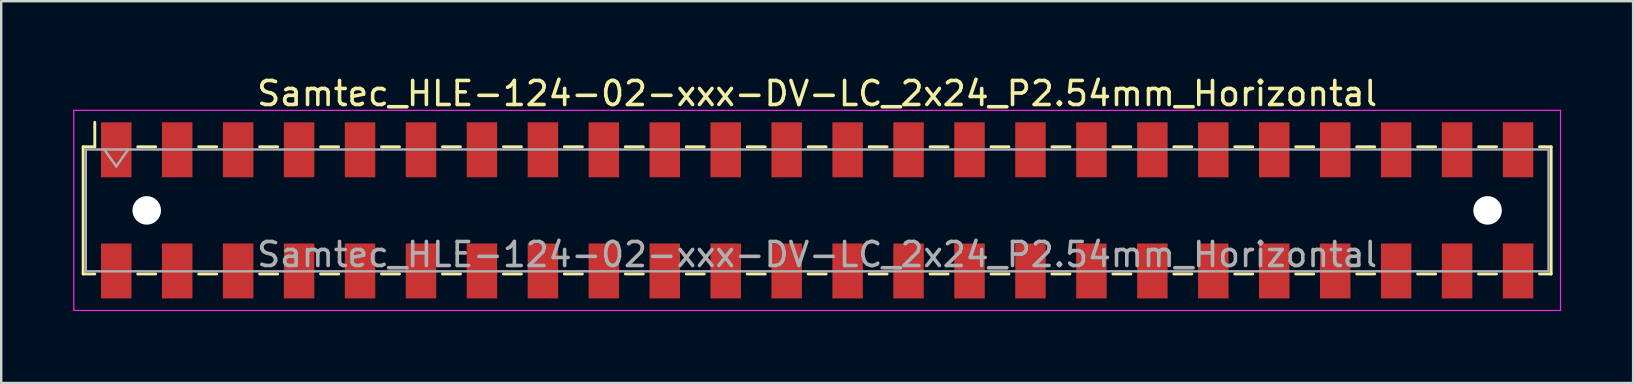
<source format=kicad_pcb>
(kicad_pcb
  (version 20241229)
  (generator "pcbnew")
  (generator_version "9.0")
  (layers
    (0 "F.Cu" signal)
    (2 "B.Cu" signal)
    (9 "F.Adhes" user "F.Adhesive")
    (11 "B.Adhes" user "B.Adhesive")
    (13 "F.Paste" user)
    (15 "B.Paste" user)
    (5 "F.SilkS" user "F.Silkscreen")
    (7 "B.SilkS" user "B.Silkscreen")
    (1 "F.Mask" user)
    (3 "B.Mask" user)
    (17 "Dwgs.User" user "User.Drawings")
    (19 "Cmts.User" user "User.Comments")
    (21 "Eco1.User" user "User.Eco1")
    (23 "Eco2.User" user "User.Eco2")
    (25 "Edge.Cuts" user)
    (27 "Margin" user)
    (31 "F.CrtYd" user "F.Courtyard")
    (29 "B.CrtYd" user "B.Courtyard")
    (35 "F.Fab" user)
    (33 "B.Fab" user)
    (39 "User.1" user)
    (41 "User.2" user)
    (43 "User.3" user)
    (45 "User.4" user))
  (footprint "Samtec_HLE-124-02-xxx-DV-LC_2x24_P2.54mm_Horizontal"
    (layer "F.Cu")
    (at 31.005 5.718)
    (property "Reference" "Samtec_HLE-124-02-xxx-DV-LC_2x24_P2.54mm_Horizontal" (at 0 -4.87 0) (layer "F.SilkS") (effects (font (size 1 1) (thickness 0.15))))
    (attr smd)
    (fp_line (start -30.59 -2.65) (end -30.59 2.65) (stroke (width 0.12) (type solid)) (layer "F.SilkS"))
    (fp_line (start -30.59 2.65) (end -30.105 2.65) (stroke (width 0.12) (type solid)) (layer "F.SilkS"))
    (fp_line (start -30.105 -3.67) (end -30.105 -2.65) (stroke (width 0.12) (type solid)) (layer "F.SilkS"))
    (fp_line (start -30.105 -2.65) (end -30.59 -2.65) (stroke (width 0.12) (type solid)) (layer "F.SilkS"))
    (fp_line (start -28.315 -2.65) (end -27.565 -2.65) (stroke (width 0.12) (type solid)) (layer "F.SilkS"))
    (fp_line (start -28.315 2.65) (end -27.565 2.65) (stroke (width 0.12) (type solid)) (layer "F.SilkS"))
    (fp_line (start -25.775 -2.65) (end -25.025 -2.65) (stroke (width 0.12) (type solid)) (layer "F.SilkS"))
    (fp_line (start -25.775 2.65) (end -25.025 2.65) (stroke (width 0.12) (type solid)) (layer "F.SilkS"))
    (fp_line (start -23.235 -2.65) (end -22.485 -2.65) (stroke (width 0.12) (type solid)) (layer "F.SilkS"))
    (fp_line (start -23.235 2.65) (end -22.485 2.65) (stroke (width 0.12) (type solid)) (layer "F.SilkS"))
    (fp_line (start -20.695 -2.65) (end -19.945 -2.65) (stroke (width 0.12) (type solid)) (layer "F.SilkS"))
    (fp_line (start -20.695 2.65) (end -19.945 2.65) (stroke (width 0.12) (type solid)) (layer "F.SilkS"))
    (fp_line (start -18.155 -2.65) (end -17.405 -2.65) (stroke (width 0.12) (type solid)) (layer "F.SilkS"))
    (fp_line (start -18.155 2.65) (end -17.405 2.65) (stroke (width 0.12) (type solid)) (layer "F.SilkS"))
    (fp_line (start -15.615 -2.65) (end -14.865 -2.65) (stroke (width 0.12) (type solid)) (layer "F.SilkS"))
    (fp_line (start -15.615 2.65) (end -14.865 2.65) (stroke (width 0.12) (type solid)) (layer "F.SilkS"))
    (fp_line (start -13.075 -2.65) (end -12.325 -2.65) (stroke (width 0.12) (type solid)) (layer "F.SilkS"))
    (fp_line (start -13.075 2.65) (end -12.325 2.65) (stroke (width 0.12) (type solid)) (layer "F.SilkS"))
    (fp_line (start -10.535 -2.65) (end -9.785 -2.65) (stroke (width 0.12) (type solid)) (layer "F.SilkS"))
    (fp_line (start -10.535 2.65) (end -9.785 2.65) (stroke (width 0.12) (type solid)) (layer "F.SilkS"))
    (fp_line (start -7.995 -2.65) (end -7.245 -2.65) (stroke (width 0.12) (type solid)) (layer "F.SilkS"))
    (fp_line (start -7.995 2.65) (end -7.245 2.65) (stroke (width 0.12) (type solid)) (layer "F.SilkS"))
    (fp_line (start -5.455 -2.65) (end -4.705 -2.65) (stroke (width 0.12) (type solid)) (layer "F.SilkS"))
    (fp_line (start -5.455 2.65) (end -4.705 2.65) (stroke (width 0.12) (type solid)) (layer "F.SilkS"))
    (fp_line (start -2.915 -2.65) (end -2.165 -2.65) (stroke (width 0.12) (type solid)) (layer "F.SilkS"))
    (fp_line (start -2.915 2.65) (end -2.165 2.65) (stroke (width 0.12) (type solid)) (layer "F.SilkS"))
    (fp_line (start -0.375 -2.65) (end 0.375 -2.65) (stroke (width 0.12) (type solid)) (layer "F.SilkS"))
    (fp_line (start -0.375 2.65) (end 0.375 2.65) (stroke (width 0.12) (type solid)) (layer "F.SilkS"))
    (fp_line (start 2.165 -2.65) (end 2.915 -2.65) (stroke (width 0.12) (type solid)) (layer "F.SilkS"))
    (fp_line (start 2.165 2.65) (end 2.915 2.65) (stroke (width 0.12) (type solid)) (layer "F.SilkS"))
    (fp_line (start 4.705 -2.65) (end 5.455 -2.65) (stroke (width 0.12) (type solid)) (layer "F.SilkS"))
    (fp_line (start 4.705 2.65) (end 5.455 2.65) (stroke (width 0.12) (type solid)) (layer "F.SilkS"))
    (fp_line (start 7.245 -2.65) (end 7.995 -2.65) (stroke (width 0.12) (type solid)) (layer "F.SilkS"))
    (fp_line (start 7.245 2.65) (end 7.995 2.65) (stroke (width 0.12) (type solid)) (layer "F.SilkS"))
    (fp_line (start 9.785 -2.65) (end 10.535 -2.65) (stroke (width 0.12) (type solid)) (layer "F.SilkS"))
    (fp_line (start 9.785 2.65) (end 10.535 2.65) (stroke (width 0.12) (type solid)) (layer "F.SilkS"))
    (fp_line (start 12.325 -2.65) (end 13.075 -2.65) (stroke (width 0.12) (type solid)) (layer "F.SilkS"))
    (fp_line (start 12.325 2.65) (end 13.075 2.65) (stroke (width 0.12) (type solid)) (layer "F.SilkS"))
    (fp_line (start 14.865 -2.65) (end 15.615 -2.65) (stroke (width 0.12) (type solid)) (layer "F.SilkS"))
    (fp_line (start 14.865 2.65) (end 15.615 2.65) (stroke (width 0.12) (type solid)) (layer "F.SilkS"))
    (fp_line (start 17.405 -2.65) (end 18.155 -2.65) (stroke (width 0.12) (type solid)) (layer "F.SilkS"))
    (fp_line (start 17.405 2.65) (end 18.155 2.65) (stroke (width 0.12) (type solid)) (layer "F.SilkS"))
    (fp_line (start 19.945 -2.65) (end 20.695 -2.65) (stroke (width 0.12) (type solid)) (layer "F.SilkS"))
    (fp_line (start 19.945 2.65) (end 20.695 2.65) (stroke (width 0.12) (type solid)) (layer "F.SilkS"))
    (fp_line (start 22.485 -2.65) (end 23.235 -2.65) (stroke (width 0.12) (type solid)) (layer "F.SilkS"))
    (fp_line (start 22.485 2.65) (end 23.235 2.65) (stroke (width 0.12) (type solid)) (layer "F.SilkS"))
    (fp_line (start 25.025 -2.65) (end 25.775 -2.65) (stroke (width 0.12) (type solid)) (layer "F.SilkS"))
    (fp_line (start 25.025 2.65) (end 25.775 2.65) (stroke (width 0.12) (type solid)) (layer "F.SilkS"))
    (fp_line (start 27.565 -2.65) (end 28.315 -2.65) (stroke (width 0.12) (type solid)) (layer "F.SilkS"))
    (fp_line (start 27.565 2.65) (end 28.315 2.65) (stroke (width 0.12) (type solid)) (layer "F.SilkS"))
    (fp_line (start 30.105 -2.65) (end 30.59 -2.65) (stroke (width 0.12) (type solid)) (layer "F.SilkS"))
    (fp_line (start 30.59 -2.65) (end 30.59 2.65) (stroke (width 0.12) (type solid)) (layer "F.SilkS"))
    (fp_line (start 30.59 2.65) (end 30.105 2.65) (stroke (width 0.12) (type solid)) (layer "F.SilkS"))
    (fp_line (start -30.98 -4.17) (end 30.98 -4.17) (stroke (width 0.05) (type solid)) (layer "F.CrtYd"))
    (fp_line (start -30.98 4.17) (end -30.98 -4.17) (stroke (width 0.05) (type solid)) (layer "F.CrtYd"))
    (fp_line (start 30.98 -4.17) (end 30.98 4.17) (stroke (width 0.05) (type solid)) (layer "F.CrtYd"))
    (fp_line (start 30.98 4.17) (end -30.98 4.17) (stroke (width 0.05) (type solid)) (layer "F.CrtYd"))
    (fp_line (start -30.48 -2.54) (end 30.48 -2.54) (stroke (width 0.1) (type solid)) (layer "F.Fab"))
    (fp_line (start -30.48 2.54) (end -30.48 -2.54) (stroke (width 0.1) (type solid)) (layer "F.Fab"))
    (fp_line (start -29.71 -2.54) (end -29.21 -1.833) (stroke (width 0.1) (type solid)) (layer "F.Fab"))
    (fp_line (start -29.21 -1.833) (end -28.71 -2.54) (stroke (width 0.1) (type solid)) (layer "F.Fab"))
    (fp_line (start 30.48 -2.54) (end 30.48 2.54) (stroke (width 0.1) (type solid)) (layer "F.Fab"))
    (fp_line (start 30.48 2.54) (end -30.48 2.54) (stroke (width 0.1) (type solid)) (layer "F.Fab"))
    (fp_text user "${REFERENCE}" (at 0 1.84 0) (layer "F.Fab") (effects (font (size 1 1) (thickness 0.15))))
    (pad "" np_thru_hole circle (at -27.94 0) (size 1.19 1.19) (drill 1.19) (layers "*.Cu" "*.Mask"))
    (pad "" np_thru_hole circle (at 27.94 0) (size 1.19 1.19) (drill 1.19) (layers "*.Cu" "*.Mask"))
    (pad "1" smd rect (at -29.21 -2.525) (size 1.27 2.29) (layers "F.Cu" "F.Mask" "F.Paste"))
    (pad "2" smd rect (at -29.21 2.525) (size 1.27 2.29) (layers "F.Cu" "F.Mask" "F.Paste"))
    (pad "3" smd rect (at -26.67 -2.525) (size 1.27 2.29) (layers "F.Cu" "F.Mask" "F.Paste"))
    (pad "4" smd rect (at -26.67 2.525) (size 1.27 2.29) (layers "F.Cu" "F.Mask" "F.Paste"))
    (pad "5" smd rect (at -24.13 -2.525) (size 1.27 2.29) (layers "F.Cu" "F.Mask" "F.Paste"))
    (pad "6" smd rect (at -24.13 2.525) (size 1.27 2.29) (layers "F.Cu" "F.Mask" "F.Paste"))
    (pad "7" smd rect (at -21.59 -2.525) (size 1.27 2.29) (layers "F.Cu" "F.Mask" "F.Paste"))
    (pad "8" smd rect (at -21.59 2.525) (size 1.27 2.29) (layers "F.Cu" "F.Mask" "F.Paste"))
    (pad "9" smd rect (at -19.05 -2.525) (size 1.27 2.29) (layers "F.Cu" "F.Mask" "F.Paste"))
    (pad "10" smd rect (at -19.05 2.525) (size 1.27 2.29) (layers "F.Cu" "F.Mask" "F.Paste"))
    (pad "11" smd rect (at -16.51 -2.525) (size 1.27 2.29) (layers "F.Cu" "F.Mask" "F.Paste"))
    (pad "12" smd rect (at -16.51 2.525) (size 1.27 2.29) (layers "F.Cu" "F.Mask" "F.Paste"))
    (pad "13" smd rect (at -13.97 -2.525) (size 1.27 2.29) (layers "F.Cu" "F.Mask" "F.Paste"))
    (pad "14" smd rect (at -13.97 2.525) (size 1.27 2.29) (layers "F.Cu" "F.Mask" "F.Paste"))
    (pad "15" smd rect (at -11.43 -2.525) (size 1.27 2.29) (layers "F.Cu" "F.Mask" "F.Paste"))
    (pad "16" smd rect (at -11.43 2.525) (size 1.27 2.29) (layers "F.Cu" "F.Mask" "F.Paste"))
    (pad "17" smd rect (at -8.89 -2.525) (size 1.27 2.29) (layers "F.Cu" "F.Mask" "F.Paste"))
    (pad "18" smd rect (at -8.89 2.525) (size 1.27 2.29) (layers "F.Cu" "F.Mask" "F.Paste"))
    (pad "19" smd rect (at -6.35 -2.525) (size 1.27 2.29) (layers "F.Cu" "F.Mask" "F.Paste"))
    (pad "20" smd rect (at -6.35 2.525) (size 1.27 2.29) (layers "F.Cu" "F.Mask" "F.Paste"))
    (pad "21" smd rect (at -3.81 -2.525) (size 1.27 2.29) (layers "F.Cu" "F.Mask" "F.Paste"))
    (pad "22" smd rect (at -3.81 2.525) (size 1.27 2.29) (layers "F.Cu" "F.Mask" "F.Paste"))
    (pad "23" smd rect (at -1.27 -2.525) (size 1.27 2.29) (layers "F.Cu" "F.Mask" "F.Paste"))
    (pad "24" smd rect (at -1.27 2.525) (size 1.27 2.29) (layers "F.Cu" "F.Mask" "F.Paste"))
    (pad "25" smd rect (at 1.27 -2.525) (size 1.27 2.29) (layers "F.Cu" "F.Mask" "F.Paste"))
    (pad "26" smd rect (at 1.27 2.525) (size 1.27 2.29) (layers "F.Cu" "F.Mask" "F.Paste"))
    (pad "27" smd rect (at 3.81 -2.525) (size 1.27 2.29) (layers "F.Cu" "F.Mask" "F.Paste"))
    (pad "28" smd rect (at 3.81 2.525) (size 1.27 2.29) (layers "F.Cu" "F.Mask" "F.Paste"))
    (pad "29" smd rect (at 6.35 -2.525) (size 1.27 2.29) (layers "F.Cu" "F.Mask" "F.Paste"))
    (pad "30" smd rect (at 6.35 2.525) (size 1.27 2.29) (layers "F.Cu" "F.Mask" "F.Paste"))
    (pad "31" smd rect (at 8.89 -2.525) (size 1.27 2.29) (layers "F.Cu" "F.Mask" "F.Paste"))
    (pad "32" smd rect (at 8.89 2.525) (size 1.27 2.29) (layers "F.Cu" "F.Mask" "F.Paste"))
    (pad "33" smd rect (at 11.43 -2.525) (size 1.27 2.29) (layers "F.Cu" "F.Mask" "F.Paste"))
    (pad "34" smd rect (at 11.43 2.525) (size 1.27 2.29) (layers "F.Cu" "F.Mask" "F.Paste"))
    (pad "35" smd rect (at 13.97 -2.525) (size 1.27 2.29) (layers "F.Cu" "F.Mask" "F.Paste"))
    (pad "36" smd rect (at 13.97 2.525) (size 1.27 2.29) (layers "F.Cu" "F.Mask" "F.Paste"))
    (pad "37" smd rect (at 16.51 -2.525) (size 1.27 2.29) (layers "F.Cu" "F.Mask" "F.Paste"))
    (pad "38" smd rect (at 16.51 2.525) (size 1.27 2.29) (layers "F.Cu" "F.Mask" "F.Paste"))
    (pad "39" smd rect (at 19.05 -2.525) (size 1.27 2.29) (layers "F.Cu" "F.Mask" "F.Paste"))
    (pad "40" smd rect (at 19.05 2.525) (size 1.27 2.29) (layers "F.Cu" "F.Mask" "F.Paste"))
    (pad "41" smd rect (at 21.59 -2.525) (size 1.27 2.29) (layers "F.Cu" "F.Mask" "F.Paste"))
    (pad "42" smd rect (at 21.59 2.525) (size 1.27 2.29) (layers "F.Cu" "F.Mask" "F.Paste"))
    (pad "43" smd rect (at 24.13 -2.525) (size 1.27 2.29) (layers "F.Cu" "F.Mask" "F.Paste"))
    (pad "44" smd rect (at 24.13 2.525) (size 1.27 2.29) (layers "F.Cu" "F.Mask" "F.Paste"))
    (pad "45" smd rect (at 26.67 -2.525) (size 1.27 2.29) (layers "F.Cu" "F.Mask" "F.Paste"))
    (pad "46" smd rect (at 26.67 2.525) (size 1.27 2.29) (layers "F.Cu" "F.Mask" "F.Paste"))
    (pad "47" smd rect (at 29.21 -2.525) (size 1.27 2.29) (layers "F.Cu" "F.Mask" "F.Paste"))
    (pad "48" smd rect (at 29.21 2.525) (size 1.27 2.29) (layers "F.Cu" "F.Mask" "F.Paste")))
  (gr_rect
    (start -3 -3)
    (end 65.01 12.913)
    (stroke (width 0.1) (type default))
    (fill no)
    (layer "Edge.Cuts")))
</source>
